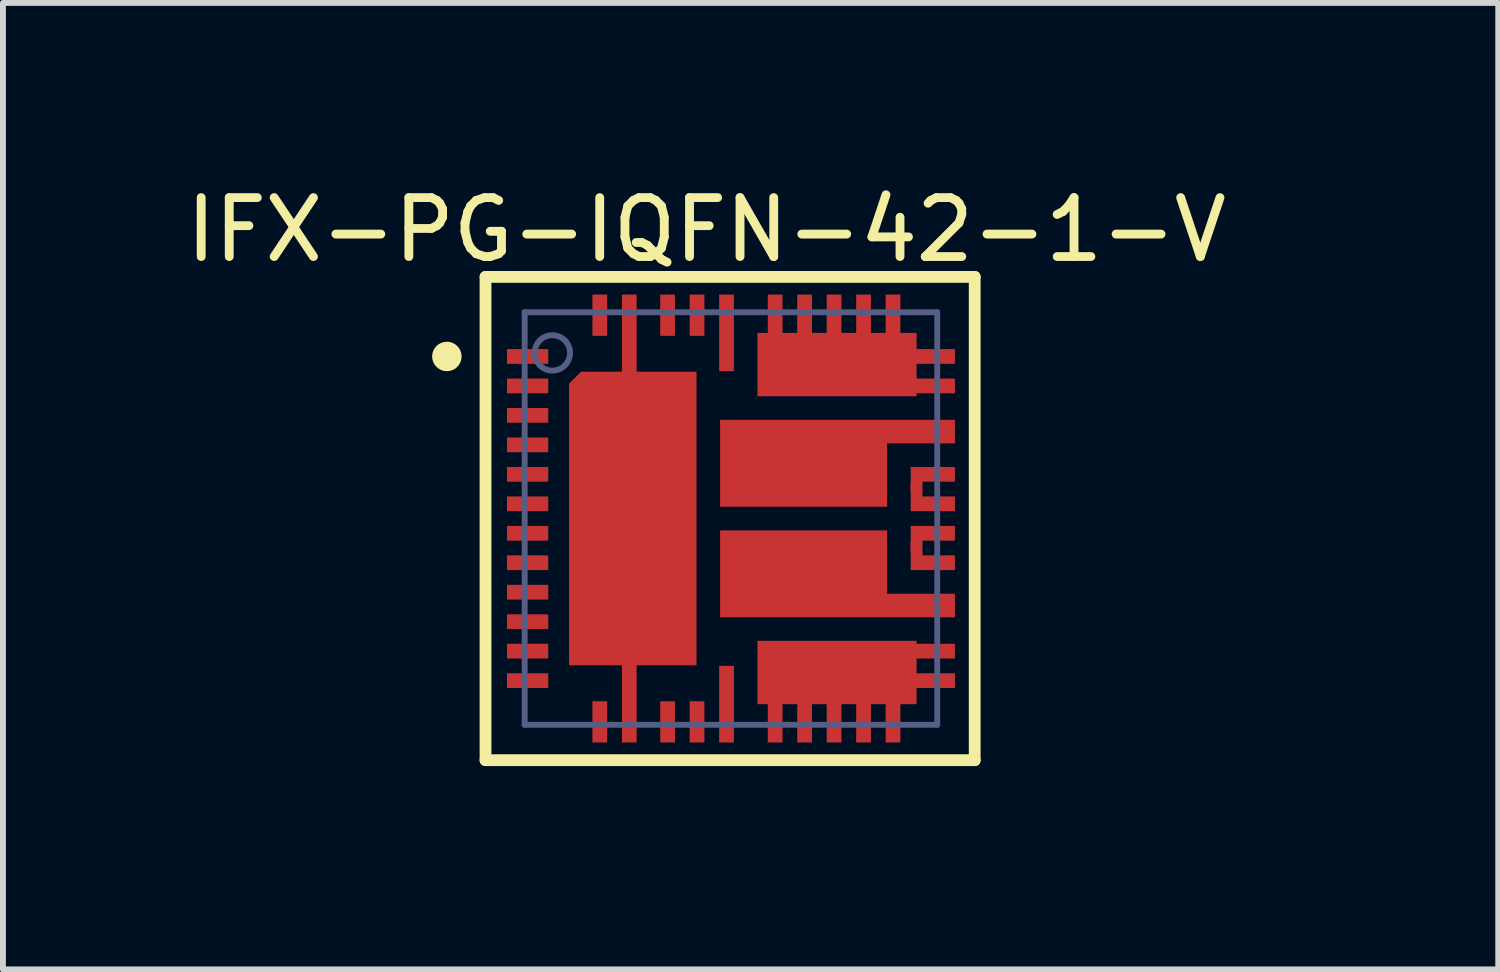
<source format=kicad_pcb>
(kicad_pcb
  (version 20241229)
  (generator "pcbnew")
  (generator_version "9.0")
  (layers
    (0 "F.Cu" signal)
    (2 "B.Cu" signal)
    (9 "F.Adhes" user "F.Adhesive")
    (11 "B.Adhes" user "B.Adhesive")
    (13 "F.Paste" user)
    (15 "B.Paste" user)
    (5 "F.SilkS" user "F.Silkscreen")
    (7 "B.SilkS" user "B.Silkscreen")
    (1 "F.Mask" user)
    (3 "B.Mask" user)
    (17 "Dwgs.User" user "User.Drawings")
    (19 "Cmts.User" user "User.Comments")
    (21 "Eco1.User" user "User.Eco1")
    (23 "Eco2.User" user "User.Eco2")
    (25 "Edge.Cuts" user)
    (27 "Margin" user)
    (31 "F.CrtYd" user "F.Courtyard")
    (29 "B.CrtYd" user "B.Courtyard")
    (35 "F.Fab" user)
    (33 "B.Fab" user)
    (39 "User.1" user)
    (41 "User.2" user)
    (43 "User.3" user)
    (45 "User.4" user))
  (footprint "IFX-PG-IQFN-42-1-V"
    (layer "F.Cu")
    (at 9.188 5.748)
    (property "Reference" "IFX-PG-IQFN-42-1-V" (at -0.253 -4.9 0) (layer "F.SilkS") (effects (font (size 1 1) (thickness 0.15))))
    (fp_line (start -4 -4.1) (end 4.3 -4.1) (stroke (width 0.2) (type solid)) (layer "F.SilkS"))
    (fp_line (start -4 4.1) (end -4 -4.1) (stroke (width 0.2) (type solid)) (layer "F.SilkS"))
    (fp_line (start -4 4.1) (end 4.3 4.1) (stroke (width 0.2) (type solid)) (layer "F.SilkS"))
    (fp_line (start 4.3 4.1) (end 4.3 -4.1) (stroke (width 0.2) (type solid)) (layer "F.SilkS"))
    (fp_circle (center -4.656 -2.75) (end -4.656 -2.875) (stroke (width 0.25) (type solid)) (fill no) (layer "F.SilkS"))
    (fp_poly (pts (xy -3.586 -2.87) (xy -3.586 -2.63) (xy -2.986 -2.63) (xy -2.986 -2.87)) (stroke (width 0) (type default)) (fill yes) (layer "F.Paste"))
    (fp_poly (pts (xy -3.586 -2.37) (xy -3.586 -2.13) (xy -2.986 -2.13) (xy -2.986 -2.37)) (stroke (width 0) (type default)) (fill yes) (layer "F.Paste"))
    (fp_poly (pts (xy -3.586 -1.87) (xy -3.586 -1.63) (xy -2.986 -1.63) (xy -2.986 -1.87)) (stroke (width 0) (type default)) (fill yes) (layer "F.Paste"))
    (fp_poly (pts (xy -3.586 -1.37) (xy -3.586 -1.13) (xy -2.986 -1.13) (xy -2.986 -1.37)) (stroke (width 0) (type default)) (fill yes) (layer "F.Paste"))
    (fp_poly (pts (xy -3.586 -0.87) (xy -3.586 -0.63) (xy -2.986 -0.63) (xy -2.986 -0.87)) (stroke (width 0) (type default)) (fill yes) (layer "F.Paste"))
    (fp_poly (pts (xy -3.586 -0.37) (xy -3.586 -0.13) (xy -2.986 -0.13) (xy -2.986 -0.37)) (stroke (width 0) (type default)) (fill yes) (layer "F.Paste"))
    (fp_poly (pts (xy -3.586 0.13) (xy -3.586 0.37) (xy -2.986 0.37) (xy -2.986 0.13)) (stroke (width 0) (type default)) (fill yes) (layer "F.Paste"))
    (fp_poly (pts (xy -3.586 0.63) (xy -3.586 0.87) (xy -2.986 0.87) (xy -2.986 0.63)) (stroke (width 0) (type default)) (fill yes) (layer "F.Paste"))
    (fp_poly (pts (xy -3.586 1.13) (xy -3.586 1.37) (xy -2.986 1.37) (xy -2.986 1.13)) (stroke (width 0) (type default)) (fill yes) (layer "F.Paste"))
    (fp_poly (pts (xy -3.586 1.63) (xy -3.586 1.87) (xy -2.986 1.87) (xy -2.986 1.63)) (stroke (width 0) (type default)) (fill yes) (layer "F.Paste"))
    (fp_poly (pts (xy -3.586 2.13) (xy -3.586 2.37) (xy -2.986 2.37) (xy -2.986 2.13)) (stroke (width 0) (type default)) (fill yes) (layer "F.Paste"))
    (fp_poly (pts (xy -3.586 2.63) (xy -3.586 2.87) (xy -2.986 2.87) (xy -2.986 2.63)) (stroke (width 0) (type default)) (fill yes) (layer "F.Paste"))
    (fp_poly (pts (xy -2.433 -2.341) (xy -2.433 -1.391) (xy -1.653 -1.391) (xy -1.653 -2.341)) (stroke (width 0) (type default)) (fill yes) (layer "F.Paste"))
    (fp_poly (pts (xy -2.433 -1.097) (xy -2.433 -0.147) (xy -1.653 -0.147) (xy -1.653 -1.097)) (stroke (width 0) (type default)) (fill yes) (layer "F.Paste"))
    (fp_poly (pts (xy -2.433 0.147) (xy -2.433 1.097) (xy -1.653 1.097) (xy -1.653 0.147)) (stroke (width 0) (type default)) (fill yes) (layer "F.Paste"))
    (fp_poly (pts (xy -2.433 1.391) (xy -2.433 2.341) (xy -1.653 2.341) (xy -1.653 1.391)) (stroke (width 0) (type default)) (fill yes) (layer "F.Paste"))
    (fp_poly (pts (xy -2.181 -3.15) (xy -1.941 -3.15) (xy -1.941 -3.75) (xy -2.181 -3.75)) (stroke (width 0) (type default)) (fill yes) (layer "F.Paste"))
    (fp_poly (pts (xy -2.181 3.75) (xy -1.941 3.75) (xy -1.941 3.15) (xy -2.181 3.15)) (stroke (width 0) (type default)) (fill yes) (layer "F.Paste"))
    (fp_poly (pts (xy -1.681 2.55) (xy -1.441 2.55) (xy -1.441 3) (xy -1.681 3)) (stroke (width 0) (type default)) (fill yes) (layer "F.Paste"))
    (fp_poly (pts (xy -1.681 3.3) (xy -1.441 3.3) (xy -1.441 3.75) (xy -1.681 3.75)) (stroke (width 0) (type default)) (fill yes) (layer "F.Paste"))
    (fp_poly (pts (xy -1.681 -3.75) (xy -1.441 -3.75) (xy -1.441 -3.3) (xy -1.681 -3.3)) (stroke (width 0) (type default)) (fill yes) (layer "F.Paste"))
    (fp_poly (pts (xy -1.681 -3) (xy -1.441 -3) (xy -1.441 -2.55) (xy -1.681 -2.55)) (stroke (width 0) (type default)) (fill yes) (layer "F.Paste"))
    (fp_poly (pts (xy -1.35 -2.341) (xy -1.35 -1.391) (xy -0.57 -1.391) (xy -0.57 -2.341)) (stroke (width 0) (type default)) (fill yes) (layer "F.Paste"))
    (fp_poly (pts (xy -1.35 -1.097) (xy -1.35 -0.147) (xy -0.57 -0.147) (xy -0.57 -1.097)) (stroke (width 0) (type default)) (fill yes) (layer "F.Paste"))
    (fp_poly (pts (xy -1.35 0.147) (xy -1.35 1.097) (xy -0.57 1.097) (xy -0.57 0.147)) (stroke (width 0) (type default)) (fill yes) (layer "F.Paste"))
    (fp_poly (pts (xy -1.35 1.391) (xy -1.35 2.341) (xy -0.57 2.341) (xy -0.57 1.391)) (stroke (width 0) (type default)) (fill yes) (layer "F.Paste"))
    (fp_poly (pts (xy -1.031 -3.15) (xy -0.791 -3.15) (xy -0.791 -3.75) (xy -1.031 -3.75)) (stroke (width 0) (type default)) (fill yes) (layer "F.Paste"))
    (fp_poly (pts (xy -1.031 3.75) (xy -0.791 3.75) (xy -0.791 3.15) (xy -1.031 3.15)) (stroke (width 0) (type default)) (fill yes) (layer "F.Paste"))
    (fp_poly (pts (xy -0.531 -3.15) (xy -0.291 -3.15) (xy -0.291 -3.75) (xy -0.531 -3.75)) (stroke (width 0) (type default)) (fill yes) (layer "F.Paste"))
    (fp_poly (pts (xy -0.531 3.75) (xy -0.291 3.75) (xy -0.291 3.15) (xy -0.531 3.15)) (stroke (width 0) (type default)) (fill yes) (layer "F.Paste"))
    (fp_poly (pts (xy -0.031 -3.75) (xy 0.209 -3.75) (xy 0.209 -3.3) (xy -0.031 -3.3)) (stroke (width 0) (type default)) (fill yes) (layer "F.Paste"))
    (fp_poly (pts (xy -0.031 -3) (xy 0.209 -3) (xy 0.209 -2.55) (xy -0.031 -2.55)) (stroke (width 0) (type default)) (fill yes) (layer "F.Paste"))
    (fp_poly (pts (xy -0.031 2.55) (xy 0.209 2.55) (xy 0.209 3) (xy -0.031 3)) (stroke (width 0) (type default)) (fill yes) (layer "F.Paste"))
    (fp_poly (pts (xy -0.031 3.3) (xy 0.209 3.3) (xy 0.209 3.75) (xy -0.031 3.75)) (stroke (width 0) (type default)) (fill yes) (layer "F.Paste"))
    (fp_poly (pts (xy 0.13 -1.526) (xy 0.13 -0.351) (xy 0.78 -0.351) (xy 0.78 -1.526)) (stroke (width 0) (type default)) (fill yes) (layer "F.Paste"))
    (fp_poly (pts (xy 0.13 0.349) (xy 0.13 1.524) (xy 0.78 1.524) (xy 0.78 0.349)) (stroke (width 0) (type default)) (fill yes) (layer "F.Paste"))
    (fp_poly (pts (xy 0.764 -3.001) (xy 0.764 -2.226) (xy 1.364 -2.226) (xy 1.364 -3.001)) (stroke (width 0) (type default)) (fill yes) (layer "F.Paste"))
    (fp_poly (pts (xy 0.764 2.224) (xy 0.764 2.999) (xy 1.364 2.999) (xy 1.364 2.224)) (stroke (width 0) (type default)) (fill yes) (layer "F.Paste"))
    (fp_poly (pts (xy 1.034 -3.301) (xy 0.794 -3.301) (xy 0.794 -3.751) (xy 1.034 -3.751)) (stroke (width 0) (type default)) (fill yes) (layer "F.Paste"))
    (fp_poly (pts (xy 1.034 3.75) (xy 0.794 3.75) (xy 0.794 3.3) (xy 1.034 3.3)) (stroke (width 0) (type default)) (fill yes) (layer "F.Paste"))
    (fp_poly (pts (xy 1.072 -1.526) (xy 1.072 -0.351) (xy 1.722 -0.351) (xy 1.722 -1.526)) (stroke (width 0) (type default)) (fill yes) (layer "F.Paste"))
    (fp_poly (pts (xy 1.072 0.348) (xy 1.072 1.524) (xy 1.722 1.524) (xy 1.722 0.348)) (stroke (width 0) (type default)) (fill yes) (layer "F.Paste"))
    (fp_poly (pts (xy 1.534 -3.301) (xy 1.294 -3.301) (xy 1.294 -3.751) (xy 1.534 -3.751)) (stroke (width 0) (type default)) (fill yes) (layer "F.Paste"))
    (fp_poly (pts (xy 1.534 3.75) (xy 1.294 3.75) (xy 1.294 3.3) (xy 1.534 3.3)) (stroke (width 0) (type default)) (fill yes) (layer "F.Paste"))
    (fp_poly (pts (xy 1.664 -3.001) (xy 1.664 -2.225) (xy 2.264 -2.225) (xy 2.264 -3.001)) (stroke (width 0) (type default)) (fill yes) (layer "F.Paste"))
    (fp_poly (pts (xy 1.664 2.224) (xy 1.664 2.999) (xy 2.264 2.999) (xy 2.264 2.224)) (stroke (width 0) (type default)) (fill yes) (layer "F.Paste"))
    (fp_poly (pts (xy 2.014 -1.526) (xy 2.014 -0.351) (xy 2.664 -0.351) (xy 2.664 -1.526)) (stroke (width 0) (type default)) (fill yes) (layer "F.Paste"))
    (fp_poly (pts (xy 2.014 0.348) (xy 2.014 1.524) (xy 2.664 1.524) (xy 2.664 0.348)) (stroke (width 0) (type default)) (fill yes) (layer "F.Paste"))
    (fp_poly (pts (xy 2.034 -3.301) (xy 1.794 -3.301) (xy 1.794 -3.751) (xy 2.034 -3.751)) (stroke (width 0) (type default)) (fill yes) (layer "F.Paste"))
    (fp_poly (pts (xy 2.034 3.75) (xy 1.794 3.75) (xy 1.794 3.3) (xy 2.034 3.3)) (stroke (width 0) (type default)) (fill yes) (layer "F.Paste"))
    (fp_poly (pts (xy 2.534 -3.301) (xy 2.294 -3.301) (xy 2.294 -3.751) (xy 2.534 -3.751)) (stroke (width 0) (type default)) (fill yes) (layer "F.Paste"))
    (fp_poly (pts (xy 2.534 3.75) (xy 2.294 3.75) (xy 2.294 3.3) (xy 2.534 3.3)) (stroke (width 0) (type default)) (fill yes) (layer "F.Paste"))
    (fp_poly (pts (xy 2.564 -3.001) (xy 2.564 -2.225) (xy 3.164 -2.225) (xy 3.164 -3.001)) (stroke (width 0) (type default)) (fill yes) (layer "F.Paste"))
    (fp_poly (pts (xy 2.564 2.224) (xy 2.564 2.999) (xy 3.164 2.999) (xy 3.164 2.224)) (stroke (width 0) (type default)) (fill yes) (layer "F.Paste"))
    (fp_poly (pts (xy 3.034 -3.301) (xy 2.794 -3.301) (xy 2.794 -3.751) (xy 3.034 -3.751)) (stroke (width 0) (type default)) (fill yes) (layer "F.Paste"))
    (fp_poly (pts (xy 3.034 3.75) (xy 2.794 3.75) (xy 2.794 3.3) (xy 3.034 3.3)) (stroke (width 0) (type default)) (fill yes) (layer "F.Paste"))
    (fp_poly (pts (xy 3.114 -1.626) (xy 3.114 -1.326) (xy 3.914 -1.326) (xy 3.914 -1.626)) (stroke (width 0) (type default)) (fill yes) (layer "F.Paste"))
    (fp_poly (pts (xy 3.114 1.325) (xy 3.114 1.625) (xy 3.914 1.625) (xy 3.914 1.325)) (stroke (width 0) (type default)) (fill yes) (layer "F.Paste"))
    (fp_poly (pts (xy 3.294 -0.87) (xy 3.294 -0.63) (xy 3.914 -0.63) (xy 3.914 -0.87)) (stroke (width 0) (type default)) (fill yes) (layer "F.Paste"))
    (fp_poly (pts (xy 3.294 -0.37) (xy 3.294 -0.13) (xy 3.914 -0.13) (xy 3.914 -0.37)) (stroke (width 0) (type default)) (fill yes) (layer "F.Paste"))
    (fp_poly (pts (xy 3.294 0.13) (xy 3.294 0.37) (xy 3.914 0.37) (xy 3.914 0.13)) (stroke (width 0) (type default)) (fill yes) (layer "F.Paste"))
    (fp_poly (pts (xy 3.294 0.63) (xy 3.294 0.87) (xy 3.914 0.87) (xy 3.914 0.63)) (stroke (width 0) (type default)) (fill yes) (layer "F.Paste"))
    (fp_poly (pts (xy 3.464 -2.631) (xy 3.464 -2.871) (xy 3.914 -2.871) (xy 3.914 -2.631)) (stroke (width 0) (type default)) (fill yes) (layer "F.Paste"))
    (fp_poly (pts (xy 3.464 -2.131) (xy 3.464 -2.371) (xy 3.914 -2.371) (xy 3.914 -2.131)) (stroke (width 0) (type default)) (fill yes) (layer "F.Paste"))
    (fp_poly (pts (xy 3.464 2.37) (xy 3.464 2.13) (xy 3.914 2.13) (xy 3.914 2.37)) (stroke (width 0) (type default)) (fill yes) (layer "F.Paste"))
    (fp_poly (pts (xy 3.464 2.87) (xy 3.464 2.63) (xy 3.914 2.63) (xy 3.914 2.87)) (stroke (width 0) (type default)) (fill yes) (layer "F.Paste"))
    (fp_line (start -4.5 -4.6) (end 4.8 -4.6) (stroke (width 0.1) (type solid)) (layer "Eco2.User"))
    (fp_line (start -4.5 4.6) (end -4.5 -4.6) (stroke (width 0.1) (type solid)) (layer "Eco2.User"))
    (fp_line (start -4.5 4.6) (end 4.8 4.6) (stroke (width 0.1) (type solid)) (layer "Eco2.User"))
    (fp_line (start -0.5 0) (end 0.5 0) (stroke (width 0.1) (type solid)) (layer "Eco2.User"))
    (fp_line (start 0 0.5) (end 0 -0.5) (stroke (width 0.1) (type solid)) (layer "Eco2.User"))
    (fp_line (start 4.8 4.6) (end 4.8 -4.6) (stroke (width 0.1) (type solid)) (layer "Eco2.User"))
    (fp_line (start -3.336 -3.5) (end 3.664 -3.5) (stroke (width 0.1) (type solid)) (layer "B.Fab"))
    (fp_line (start -3.336 3.5) (end -3.336 -3.5) (stroke (width 0.1) (type solid)) (layer "B.Fab"))
    (fp_line (start -3.336 3.5) (end 3.664 3.5) (stroke (width 0.1) (type solid)) (layer "B.Fab"))
    (fp_line (start 3.664 3.5) (end 3.664 -3.5) (stroke (width 0.1) (type solid)) (layer "B.Fab"))
    (fp_circle (center -2.866 -2.81) (end -2.866 -3.11) (stroke (width 0.1) (type solid)) (fill no) (layer "B.Fab"))
    (fp_text user "${REFERENCE}" (at 0 0.129 0) (unlocked yes) (layer "User.3") (effects (font (face "Arial") (size 0.756 0.756) (thickness 0.2)) (justify left bottom)))
    (pad "1" smd rect (at -3.286 -2.75 270) (size 0.25 0.7) (layers "F.Cu" "F.Mask" "F.Paste"))
    (pad "2" smd rect (at -3.286 -2.25 270) (size 0.25 0.7) (layers "F.Cu" "F.Mask" "F.Paste"))
    (pad "3" smd rect (at -3.286 -1.75 270) (size 0.25 0.7) (layers "F.Cu" "F.Mask" "F.Paste"))
    (pad "4" smd rect (at -3.286 -1.25 270) (size 0.25 0.7) (layers "F.Cu" "F.Mask" "F.Paste"))
    (pad "5" smd rect (at -3.286 -0.75 270) (size 0.25 0.7) (layers "F.Cu" "F.Mask" "F.Paste"))
    (pad "6" smd rect (at -3.286 -0.25 270) (size 0.25 0.7) (layers "F.Cu" "F.Mask" "F.Paste"))
    (pad "7" smd rect (at -3.286 0.25 270) (size 0.25 0.7) (layers "F.Cu" "F.Mask" "F.Paste"))
    (pad "8" smd rect (at -3.286 0.75 270) (size 0.25 0.7) (layers "F.Cu" "F.Mask" "F.Paste"))
    (pad "9" smd rect (at -3.286 1.25 270) (size 0.25 0.7) (layers "F.Cu" "F.Mask" "F.Paste"))
    (pad "10" smd rect (at -3.286 1.75 270) (size 0.25 0.7) (layers "F.Cu" "F.Mask" "F.Paste"))
    (pad "11" smd rect (at -3.286 2.25 270) (size 0.25 0.7) (layers "F.Cu" "F.Mask" "F.Paste"))
    (pad "12" smd rect (at -3.286 2.75 270) (size 0.25 0.7) (layers "F.Cu" "F.Mask" "F.Paste"))
    (pad "13" smd rect (at -2.061 3.45) (size 0.25 0.7) (layers "F.Cu" "F.Mask" "F.Paste"))
    (pad "14" smd rect (at -1.573 3.146) (size 0.2 0.2) (layers "F.Cu" "F.Mask" "F.Paste"))
    (pad "15" smd rect (at -0.911 3.45) (size 0.25 0.7) (layers "F.Cu" "F.Mask" "F.Paste"))
    (pad "16" smd rect (at -0.411 3.45) (size 0.25 0.7) (layers "F.Cu" "F.Mask" "F.Paste"))
    (pad "17" smd rect (at 0.089 3.15 90) (size 1.3 0.25) (layers "F.Cu" "F.Mask" "F.Paste"))
    (pad "18" smd custom (at 0.614 2.075) (size 0.000001 0.000001) (layers "F.Cu" "F.Mask") (options (anchor circle)) (primitives (gr_poly (pts (xy 0 0) (xy 0 1.075) (xy 0.175 1.075) (xy 0.175 1.725) (xy 0.425 1.725) (xy 0.425 1.075) (xy 0.675 1.075) (xy 0.675 1.725) (xy 0.925 1.725) (xy 0.925 1.075) (xy 1.175 1.075) (xy 1.175 1.725) (xy 1.425 1.725) (xy 1.425 1.075) (xy 1.675 1.075) (xy 1.675 1.725) (xy 1.925 1.725) (xy 1.925 1.075) (xy 2.175 1.075) (xy 2.175 1.725) (xy 2.425 1.725) (xy 2.425 1.075) (xy 2.7 1.075) (xy 2.7 0.8) (xy 3.35 0.8) (xy 3.35 0.55) (xy 2.7 0.55) (xy 2.7 0.3) (xy 3.35 0.3) (xy 3.35 0.05) (xy 2.7 0.05) (xy 2.7 0)) (width 0) (fill yes))))
    (pad "18" smd rect (at 1.952 2.613) (size 0.5 0.5) (layers "F.Cu" "F.Mask" "F.Paste"))
    (pad "19" smd custom (at -0.02 0.201) (size 0.000001 0.000001) (layers "F.Cu" "F.Mask") (options (anchor circle)) (primitives (gr_poly (pts (xy 0 0) (xy 0 1.475) (xy 3.984 1.475) (xy 3.984 1.075) (xy 2.834 1.075) (xy 2.834 0)) (width 0) (fill yes))))
    (pad "19" smd rect (at 1.385 0.964) (size 0.5 0.5) (layers "F.Cu" "F.Mask" "F.Paste"))
    (pad "20" smd custom (at 3.214 0.125) (size 0.000001 0.000001) (layers "F.Cu" "F.Mask") (options (anchor circle)) (primitives (gr_poly (pts (xy 0 0) (xy 0.75 0) (xy 0.75 0.25) (xy 0.2 0.25) (xy 0.2 0.5) (xy 0.75 0.5) (xy 0.75 0.75) (xy 0 0.75)) (width 0) (fill yes))))
    (pad "20" smd rect (at 3.286 0.475) (size 0.15 0.15) (layers "F.Cu" "F.Mask" "F.Paste"))
    (pad "21" smd custom (at 3.214 -0.875) (size 0.000001 0.000001) (layers "F.Cu" "F.Mask") (options (anchor circle)) (primitives (gr_poly (pts (xy 0 0) (xy 0.75 0) (xy 0.75 0.25) (xy 0.2 0.25) (xy 0.2 0.5) (xy 0.75 0.5) (xy 0.75 0.75) (xy 0 0.75)) (width 0) (fill yes))))
    (pad "21" smd rect (at 3.286 -0.525) (size 0.15 0.15) (layers "F.Cu" "F.Mask" "F.Paste"))
    (pad "22" smd custom (at -0.02 -1.675) (size 0.000001 0.000001) (layers "F.Cu" "F.Mask") (options (anchor circle)) (primitives (gr_poly (pts (xy 0 0) (xy 0 1.475) (xy 2.834 1.475) (xy 2.834 0.4) (xy 3.984 0.4) (xy 3.984 0)) (width 0) (fill yes))))
    (pad "22" smd rect (at 1.385 -0.912) (size 0.5 0.5) (layers "F.Cu" "F.Mask" "F.Paste"))
    (pad "23" smd custom (at 0.614 -3.15) (size 0.000001 0.000001) (layers "F.Cu" "F.Mask") (options (anchor circle)) (primitives (gr_poly (pts (xy 0 0) (xy 0.175 0) (xy 0.175 -0.65) (xy 0.425 -0.65) (xy 0.425 0) (xy 0.675 0) (xy 0.675 -0.65) (xy 0.925 -0.65) (xy 0.925 0) (xy 1.175 0) (xy 1.175 -0.65) (xy 1.425 -0.65) (xy 1.425 0) (xy 1.675 0) (xy 1.675 -0.65) (xy 1.925 -0.65) (xy 1.925 0) (xy 2.175 0) (xy 2.175 -0.65) (xy 2.425 -0.65) (xy 2.425 0) (xy 2.7 0) (xy 2.7 0.275) (xy 3.35 0.275) (xy 3.35 0.525) (xy 2.7 0.525) (xy 2.7 0.775) (xy 3.35 0.775) (xy 3.35 1.025) (xy 2.7 1.025) (xy 2.7 1.075) (xy 0 1.075)) (width 0) (fill yes))))
    (pad "23" smd rect (at 1.952 -2.612) (size 0.5 0.5) (layers "F.Cu" "F.Mask" "F.Paste"))
    (pad "24" smd rect (at 0.089 -3.15 90) (size 1.3 0.25) (layers "F.Cu" "F.Mask" "F.Paste"))
    (pad "25" smd rect (at -0.411 -3.45) (size 0.25 0.7) (layers "F.Cu" "F.Mask" "F.Paste"))
    (pad "26" smd rect (at -0.911 -3.45) (size 0.25 0.7) (layers "F.Cu" "F.Mask" "F.Paste"))
    (pad "27" smd rect (at -1.573 -3.146) (size 0.2 0.2) (layers "F.Cu" "F.Mask" "F.Paste"))
    (pad "27" smd custom (at -1.436 -3.801) (size 0.000001 0.000001) (layers "F.Cu" "F.Mask") (options (anchor circle)) (primitives (gr_poly (pts (xy 0 0) (xy 0 1.309) (xy 1.016 1.309) (xy 1.016 6.291) (xy 0 6.291) (xy 0 7.6) (xy -0.25 7.6) (xy -0.25 6.291) (xy -1.147 6.291) (xy -1.147 1.513) (xy -0.943 1.309) (xy -0.25 1.309) (xy -0.25 0)) (width 0) (fill yes))))
    (pad "28" smd rect (at -2.061 -3.45) (size 0.25 0.7) (layers "F.Cu" "F.Mask" "F.Paste")))
  (gr_rect
    (start -3 -3)
    (end 22.371 13.398)
    (stroke (width 0.1) (type default))
    (fill no)
    (layer "Edge.Cuts")))
</source>
